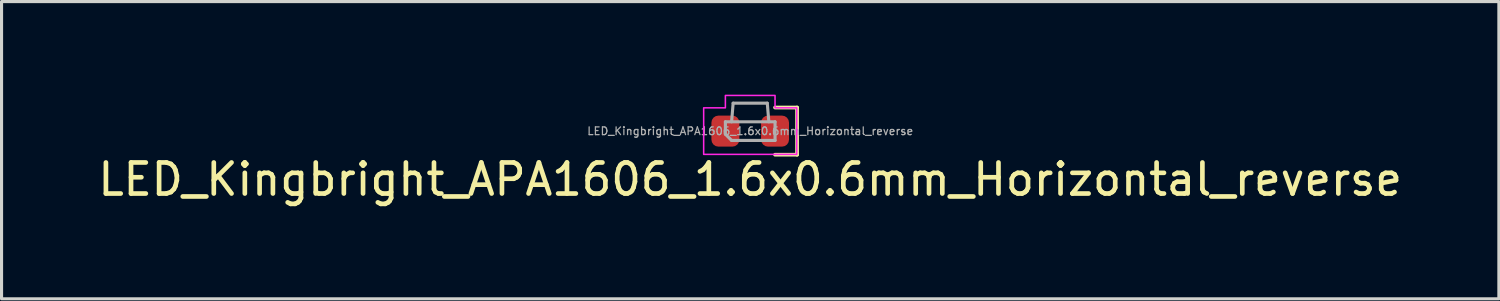
<source format=kicad_pcb>
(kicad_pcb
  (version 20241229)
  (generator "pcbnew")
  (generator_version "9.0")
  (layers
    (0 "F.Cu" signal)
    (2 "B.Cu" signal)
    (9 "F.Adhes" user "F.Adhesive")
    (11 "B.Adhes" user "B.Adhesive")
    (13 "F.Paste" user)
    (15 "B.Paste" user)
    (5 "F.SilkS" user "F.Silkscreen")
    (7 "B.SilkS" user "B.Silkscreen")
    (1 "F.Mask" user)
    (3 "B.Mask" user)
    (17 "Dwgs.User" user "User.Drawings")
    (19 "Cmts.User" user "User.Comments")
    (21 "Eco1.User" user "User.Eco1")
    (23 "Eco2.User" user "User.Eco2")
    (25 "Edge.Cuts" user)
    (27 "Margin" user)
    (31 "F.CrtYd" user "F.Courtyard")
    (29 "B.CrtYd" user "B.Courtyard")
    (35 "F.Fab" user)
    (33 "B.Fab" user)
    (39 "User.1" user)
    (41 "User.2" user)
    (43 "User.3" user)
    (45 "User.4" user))
  (footprint "LED_Kingbright_APA1606_1.6x0.6mm_Horizontal_reverse"
    (layer "F.Cu")
    (at 21.125 1.175)
    (property "Reference" "LED_Kingbright_APA1606_1.6x0.6mm_Horizontal_reverse" (at 0 1.556 0) (layer "F.SilkS") (effects (font (size 1 1) (thickness 0.15))))
    (attr smd)
    (fp_line (start 1.51 -0.76) (end 0.8 -0.76) (stroke (width 0.12) (type default)) (layer "F.SilkS"))
    (fp_line (start 1.51 -0.76) (end 1.51 0.76) (stroke (width 0.12) (type default)) (layer "F.SilkS"))
    (fp_line (start 1.51 0.76) (end 0.8 0.76) (stroke (width 0.12) (type default)) (layer "F.SilkS"))
    (fp_poly (pts (xy -0.8 -1.15) (xy 0.8 -1.15) (xy 0.8 -0.75) (xy 1.5 -0.75) (xy 1.5 0.75) (xy -1.5 0.75) (xy -1.5 -0.75) (xy -0.8 -0.75)) (stroke (width 0.05) (type solid)) (fill no) (layer "F.CrtYd"))
    (fp_line (start -0.8 0.1) (end -0.8 -0.3) (stroke (width 0.1) (type default)) (layer "F.Fab"))
    (fp_line (start -0.8 -0.3) (end 0.8 -0.3) (stroke (width 0.1) (type default)) (layer "F.Fab"))
    (fp_line (start -0.6 -0.3) (end -0.55 -0.9) (stroke (width 0.1) (type default)) (layer "F.Fab"))
    (fp_line (start -0.6 0.3) (end -0.8 0.1) (stroke (width 0.1) (type default)) (layer "F.Fab"))
    (fp_line (start -0.55 -0.9) (end 0.55 -0.9) (stroke (width 0.1) (type default)) (layer "F.Fab"))
    (fp_line (start 0.6 -0.3) (end 0.55 -0.9) (stroke (width 0.1) (type default)) (layer "F.Fab"))
    (fp_line (start 0.8 -0.3) (end 0.8 0.3) (stroke (width 0.1) (type default)) (layer "F.Fab"))
    (fp_line (start 0.8 0.3) (end -0.6 0.3) (stroke (width 0.1) (type default)) (layer "F.Fab"))
    (fp_text user "${REFERENCE}" (at 0 0 0) (layer "F.Fab") (effects (font (size 0.25 0.25) (thickness 0.04))))
    (pad "1" smd roundrect (at 0.8 0) (size 0.9 1) (layers "F.Cu" "F.Mask" "F.Paste") (roundrect_rratio 0.25))
    (pad "2" smd roundrect (at -0.8 0) (size 0.9 1) (layers "F.Cu" "F.Mask" "F.Paste") (roundrect_rratio 0.25)))
  (gr_rect
    (start -3 -3)
    (end 45.25 6.579)
    (stroke (width 0.1) (type default))
    (fill no)
    (layer "Edge.Cuts")))
</source>
